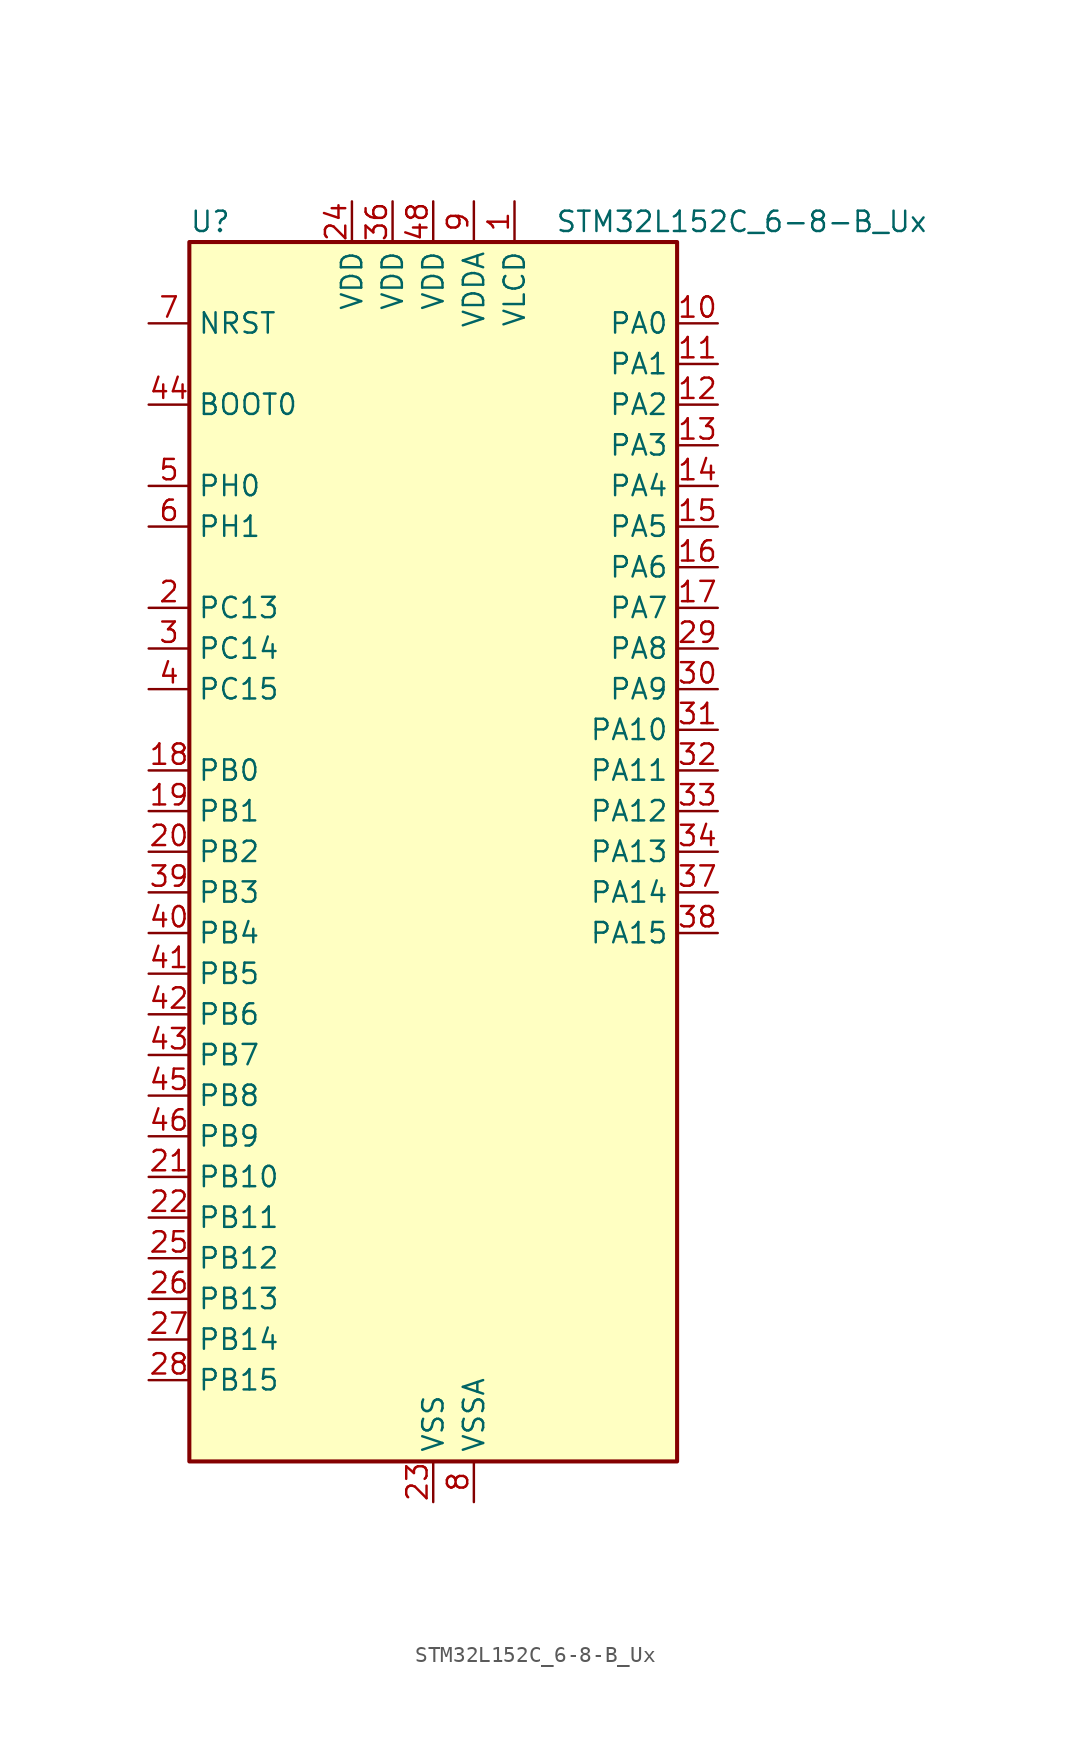
<source format=kicad_sym>
(kicad_symbol_lib
  (version 20241209)
  (generator "kicad_symbol_editor")
  (generator_version "9.0")
  (symbol "STM32L152C_6-8-B_Ux"
    (property "Reference" "U"
      (at -15.24 39.37 0)
      (effects (font (size 1.27 1.27)) (justify left)))
    (property "Value" "STM32L152C_6-8-B_Ux"
      (at 7.62 39.37 0)
      (effects (font (size 1.27 1.27)) (justify left)))
    (symbol "STM32L152C_6-8-B_Ux_0_1"
      (rectangle (start -15.24 -38.1) (end 15.24 38.1) (stroke (width 0.254) (type default)) (fill (type background))))
    (symbol "STM32L152C_6-8-B_Ux_1_1"
      (pin input line (at -17.78 33.02 0) (length 2.54) (name "NRST" (effects (font (size 1.27 1.27)))) (number "7" (effects (font (size 1.27 1.27)))))
      (pin input line (at -17.78 27.94 0) (length 2.54) (name "BOOT0" (effects (font (size 1.27 1.27)))) (number "44" (effects (font (size 1.27 1.27)))))
      (pin bidirectional line (at -17.78 22.86 0) (length 2.54) (name "PH0" (effects (font (size 1.27 1.27)))) (number "5" (effects (font (size 1.27 1.27)))) (alternate "RCC_OSC_IN" bidirectional line))
      (pin bidirectional line (at -17.78 20.32 0) (length 2.54) (name "PH1" (effects (font (size 1.27 1.27)))) (number "6" (effects (font (size 1.27 1.27)))) (alternate "RCC_OSC_OUT" bidirectional line))
      (pin bidirectional line (at -17.78 15.24 0) (length 2.54) (name "PC13" (effects (font (size 1.27 1.27)))) (number "2" (effects (font (size 1.27 1.27)))) (alternate "RTC_OUT_ALARM" bidirectional line) (alternate "RTC_OUT_CALIB" bidirectional line) (alternate "RTC_TAMP1" bidirectional line) (alternate "RTC_TS" bidirectional line) (alternate "SYS_WKUP2" bidirectional line) (alternate "TIMX_IC2" bidirectional line))
      (pin bidirectional line (at -17.78 12.7 0) (length 2.54) (name "PC14" (effects (font (size 1.27 1.27)))) (number "3" (effects (font (size 1.27 1.27)))) (alternate "RCC_OSC32_IN" bidirectional line) (alternate "TIMX_IC3" bidirectional line))
      (pin bidirectional line (at -17.78 10.16 0) (length 2.54) (name "PC15" (effects (font (size 1.27 1.27)))) (number "4" (effects (font (size 1.27 1.27)))) (alternate "ADC_EXTI15" bidirectional line) (alternate "RCC_OSC32_OUT" bidirectional line) (alternate "TIMX_IC4" bidirectional line))
      (pin bidirectional line (at -17.78 5.08 0) (length 2.54) (name "PB0" (effects (font (size 1.27 1.27)))) (number "18" (effects (font (size 1.27 1.27)))) (alternate "ADC_IN8" bidirectional line) (alternate "COMP1_INP" bidirectional line) (alternate "LCD_SEG5" bidirectional line) (alternate "SYS_V_REF_OUT" bidirectional line) (alternate "TIM3_CH3" bidirectional line) (alternate "TS_G3_IO1" bidirectional line))
      (pin bidirectional line (at -17.78 2.54 0) (length 2.54) (name "PB1" (effects (font (size 1.27 1.27)))) (number "19" (effects (font (size 1.27 1.27)))) (alternate "ADC_IN9" bidirectional line) (alternate "COMP1_INP" bidirectional line) (alternate "LCD_SEG6" bidirectional line) (alternate "SYS_V_REF_OUT" bidirectional line) (alternate "TIM3_CH4" bidirectional line) (alternate "TS_G3_IO2" bidirectional line))
      (pin bidirectional line (at -17.78 0 0) (length 2.54) (name "PB2" (effects (font (size 1.27 1.27)))) (number "20" (effects (font (size 1.27 1.27)))))
      (pin bidirectional line (at -17.78 -2.54 0) (length 2.54) (name "PB3" (effects (font (size 1.27 1.27)))) (number "39" (effects (font (size 1.27 1.27)))) (alternate "COMP2_INM" bidirectional line) (alternate "LCD_SEG7" bidirectional line) (alternate "SPI1_SCK" bidirectional line) (alternate "SYS_JTDO-TRACESWO" bidirectional line) (alternate "TIM2_CH2" bidirectional line))
      (pin bidirectional line (at -17.78 -5.08 0) (length 2.54) (name "PB4" (effects (font (size 1.27 1.27)))) (number "40" (effects (font (size 1.27 1.27)))) (alternate "COMP2_INP" bidirectional line) (alternate "LCD_SEG8" bidirectional line) (alternate "SPI1_MISO" bidirectional line) (alternate "SYS_JTRST" bidirectional line) (alternate "TIM3_CH1" bidirectional line) (alternate "TS_G6_IO1" bidirectional line))
      (pin bidirectional line (at -17.78 -7.62 0) (length 2.54) (name "PB5" (effects (font (size 1.27 1.27)))) (number "41" (effects (font (size 1.27 1.27)))) (alternate "COMP2_INP" bidirectional line) (alternate "I2C1_SMBA" bidirectional line) (alternate "LCD_SEG9" bidirectional line) (alternate "SPI1_MOSI" bidirectional line) (alternate "TIM3_CH2" bidirectional line) (alternate "TS_G6_IO2" bidirectional line))
      (pin bidirectional line (at -17.78 -10.16 0) (length 2.54) (name "PB6" (effects (font (size 1.27 1.27)))) (number "42" (effects (font (size 1.27 1.27)))) (alternate "I2C1_SCL" bidirectional line) (alternate "TIM4_CH1" bidirectional line) (alternate "USART1_TX" bidirectional line))
      (pin bidirectional line (at -17.78 -12.7 0) (length 2.54) (name "PB7" (effects (font (size 1.27 1.27)))) (number "43" (effects (font (size 1.27 1.27)))) (alternate "I2C1_SDA" bidirectional line) (alternate "SYS_PVD_IN" bidirectional line) (alternate "TIM4_CH2" bidirectional line) (alternate "USART1_RX" bidirectional line))
      (pin bidirectional line (at -17.78 -15.24 0) (length 2.54) (name "PB8" (effects (font (size 1.27 1.27)))) (number "45" (effects (font (size 1.27 1.27)))) (alternate "I2C1_SCL" bidirectional line) (alternate "LCD_SEG16" bidirectional line) (alternate "TIM10_CH1" bidirectional line) (alternate "TIM4_CH3" bidirectional line))
      (pin bidirectional line (at -17.78 -17.78 0) (length 2.54) (name "PB9" (effects (font (size 1.27 1.27)))) (number "46" (effects (font (size 1.27 1.27)))) (alternate "DAC_EXTI9" bidirectional line) (alternate "I2C1_SDA" bidirectional line) (alternate "LCD_COM3" bidirectional line) (alternate "TIM11_CH1" bidirectional line) (alternate "TIM4_CH4" bidirectional line))
      (pin bidirectional line (at -17.78 -20.32 0) (length 2.54) (name "PB10" (effects (font (size 1.27 1.27)))) (number "21" (effects (font (size 1.27 1.27)))) (alternate "I2C2_SCL" bidirectional line) (alternate "LCD_SEG10" bidirectional line) (alternate "TIM2_CH3" bidirectional line) (alternate "USART3_TX" bidirectional line))
      (pin bidirectional line (at -17.78 -22.86 0) (length 2.54) (name "PB11" (effects (font (size 1.27 1.27)))) (number "22" (effects (font (size 1.27 1.27)))) (alternate "ADC_EXTI11" bidirectional line) (alternate "I2C2_SDA" bidirectional line) (alternate "LCD_SEG11" bidirectional line) (alternate "TIM2_CH4" bidirectional line) (alternate "USART3_RX" bidirectional line))
      (pin bidirectional line (at -17.78 -25.4 0) (length 2.54) (name "PB12" (effects (font (size 1.27 1.27)))) (number "25" (effects (font (size 1.27 1.27)))) (alternate "ADC_IN18" bidirectional line) (alternate "COMP1_INP" bidirectional line) (alternate "I2C2_SMBA" bidirectional line) (alternate "LCD_SEG12" bidirectional line) (alternate "SPI2_NSS" bidirectional line) (alternate "TIM10_CH1" bidirectional line) (alternate "TS_G7_IO1" bidirectional line) (alternate "USART3_CK" bidirectional line))
      (pin bidirectional line (at -17.78 -27.94 0) (length 2.54) (name "PB13" (effects (font (size 1.27 1.27)))) (number "26" (effects (font (size 1.27 1.27)))) (alternate "ADC_IN19" bidirectional line) (alternate "COMP1_INP" bidirectional line) (alternate "LCD_SEG13" bidirectional line) (alternate "SPI2_SCK" bidirectional line) (alternate "TIM9_CH1" bidirectional line) (alternate "TS_G7_IO2" bidirectional line) (alternate "USART3_CTS" bidirectional line))
      (pin bidirectional line (at -17.78 -30.48 0) (length 2.54) (name "PB14" (effects (font (size 1.27 1.27)))) (number "27" (effects (font (size 1.27 1.27)))) (alternate "ADC_IN20" bidirectional line) (alternate "COMP1_INP" bidirectional line) (alternate "LCD_SEG14" bidirectional line) (alternate "SPI2_MISO" bidirectional line) (alternate "TIM9_CH2" bidirectional line) (alternate "TS_G7_IO3" bidirectional line) (alternate "USART3_RTS" bidirectional line))
      (pin bidirectional line (at -17.78 -33.02 0) (length 2.54) (name "PB15" (effects (font (size 1.27 1.27)))) (number "28" (effects (font (size 1.27 1.27)))) (alternate "ADC_EXTI15" bidirectional line) (alternate "ADC_IN21" bidirectional line) (alternate "COMP1_INP" bidirectional line) (alternate "LCD_SEG15" bidirectional line) (alternate "RTC_REFIN" bidirectional line) (alternate "SPI2_MOSI" bidirectional line) (alternate "TIM11_CH1" bidirectional line) (alternate "TS_G7_IO4" bidirectional line))
      (pin power_in line (at -5.08 40.64 270) (length 2.54) (name "VDD" (effects (font (size 1.27 1.27)))) (number "24" (effects (font (size 1.27 1.27)))))
      (pin power_in line (at -2.54 40.64 270) (length 2.54) (name "VDD" (effects (font (size 1.27 1.27)))) (number "36" (effects (font (size 1.27 1.27)))))
      (pin power_in line (at 0 40.64 270) (length 2.54) (name "VDD" (effects (font (size 1.27 1.27)))) (number "48" (effects (font (size 1.27 1.27)))))
      (pin power_in line (at 0 -40.64 90) (length 2.54) (name "VSS" (effects (font (size 1.27 1.27)))) (number "23" (effects (font (size 1.27 1.27)))))
      (pin passive line (at 0 -40.64 90) (length 2.54) (hide yes) (name "VSS" (effects (font (size 1.27 1.27)))) (number "35" (effects (font (size 1.27 1.27)))))
      (pin passive line (at 0 -40.64 90) (length 2.54) (hide yes) (name "VSS" (effects (font (size 1.27 1.27)))) (number "47" (effects (font (size 1.27 1.27)))))
      (pin passive line (at 0 -40.64 90) (length 2.54) (hide yes) (name "VSS" (effects (font (size 1.27 1.27)))) (number "49" (effects (font (size 1.27 1.27)))))
      (pin power_in line (at 2.54 40.64 270) (length 2.54) (name "VDDA" (effects (font (size 1.27 1.27)))) (number "9" (effects (font (size 1.27 1.27)))))
      (pin power_in line (at 2.54 -40.64 90) (length 2.54) (name "VSSA" (effects (font (size 1.27 1.27)))) (number "8" (effects (font (size 1.27 1.27)))))
      (pin power_in line (at 5.08 40.64 270) (length 2.54) (name "VLCD" (effects (font (size 1.27 1.27)))) (number "1" (effects (font (size 1.27 1.27)))))
      (pin bidirectional line (at 17.78 33.02 180) (length 2.54) (name "PA0" (effects (font (size 1.27 1.27)))) (number "10" (effects (font (size 1.27 1.27)))) (alternate "ADC_IN0" bidirectional line) (alternate "COMP1_INP" bidirectional line) (alternate "SYS_WKUP1" bidirectional line) (alternate "TIM2_CH1" bidirectional line) (alternate "TIM2_ETR" bidirectional line) (alternate "TIMX_IC1" bidirectional line) (alternate "TS_G1_IO1" bidirectional line) (alternate "USART2_CTS" bidirectional line))
      (pin bidirectional line (at 17.78 30.48 180) (length 2.54) (name "PA1" (effects (font (size 1.27 1.27)))) (number "11" (effects (font (size 1.27 1.27)))) (alternate "ADC_IN1" bidirectional line) (alternate "COMP1_INP" bidirectional line) (alternate "LCD_SEG0" bidirectional line) (alternate "TIM2_CH2" bidirectional line) (alternate "TIMX_IC2" bidirectional line) (alternate "TS_G1_IO2" bidirectional line) (alternate "USART2_RTS" bidirectional line))
      (pin bidirectional line (at 17.78 27.94 180) (length 2.54) (name "PA2" (effects (font (size 1.27 1.27)))) (number "12" (effects (font (size 1.27 1.27)))) (alternate "ADC_IN2" bidirectional line) (alternate "COMP1_INP" bidirectional line) (alternate "LCD_SEG1" bidirectional line) (alternate "TIM2_CH3" bidirectional line) (alternate "TIM9_CH1" bidirectional line) (alternate "TIMX_IC3" bidirectional line) (alternate "TS_G1_IO3" bidirectional line) (alternate "USART2_TX" bidirectional line))
      (pin bidirectional line (at 17.78 25.4 180) (length 2.54) (name "PA3" (effects (font (size 1.27 1.27)))) (number "13" (effects (font (size 1.27 1.27)))) (alternate "ADC_IN3" bidirectional line) (alternate "COMP1_INP" bidirectional line) (alternate "LCD_SEG2" bidirectional line) (alternate "TIM2_CH4" bidirectional line) (alternate "TIM9_CH2" bidirectional line) (alternate "TIMX_IC4" bidirectional line) (alternate "TS_G1_IO4" bidirectional line) (alternate "USART2_RX" bidirectional line))
      (pin bidirectional line (at 17.78 22.86 180) (length 2.54) (name "PA4" (effects (font (size 1.27 1.27)))) (number "14" (effects (font (size 1.27 1.27)))) (alternate "ADC_IN4" bidirectional line) (alternate "COMP1_INP" bidirectional line) (alternate "DAC_OUT1" bidirectional line) (alternate "SPI1_NSS" bidirectional line) (alternate "TIMX_IC1" bidirectional line) (alternate "USART2_CK" bidirectional line))
      (pin bidirectional line (at 17.78 20.32 180) (length 2.54) (name "PA5" (effects (font (size 1.27 1.27)))) (number "15" (effects (font (size 1.27 1.27)))) (alternate "ADC_IN5" bidirectional line) (alternate "COMP1_INP" bidirectional line) (alternate "DAC_OUT2" bidirectional line) (alternate "SPI1_SCK" bidirectional line) (alternate "TIM2_CH1" bidirectional line) (alternate "TIM2_ETR" bidirectional line) (alternate "TIMX_IC2" bidirectional line))
      (pin bidirectional line (at 17.78 17.78 180) (length 2.54) (name "PA6" (effects (font (size 1.27 1.27)))) (number "16" (effects (font (size 1.27 1.27)))) (alternate "ADC_IN6" bidirectional line) (alternate "COMP1_INP" bidirectional line) (alternate "LCD_SEG3" bidirectional line) (alternate "SPI1_MISO" bidirectional line) (alternate "TIM10_CH1" bidirectional line) (alternate "TIM3_CH1" bidirectional line) (alternate "TIMX_IC3" bidirectional line) (alternate "TS_G2_IO1" bidirectional line))
      (pin bidirectional line (at 17.78 15.24 180) (length 2.54) (name "PA7" (effects (font (size 1.27 1.27)))) (number "17" (effects (font (size 1.27 1.27)))) (alternate "ADC_IN7" bidirectional line) (alternate "COMP1_INP" bidirectional line) (alternate "LCD_SEG4" bidirectional line) (alternate "SPI1_MOSI" bidirectional line) (alternate "TIM11_CH1" bidirectional line) (alternate "TIM3_CH2" bidirectional line) (alternate "TIMX_IC4" bidirectional line) (alternate "TS_G2_IO2" bidirectional line))
      (pin bidirectional line (at 17.78 12.7 180) (length 2.54) (name "PA8" (effects (font (size 1.27 1.27)))) (number "29" (effects (font (size 1.27 1.27)))) (alternate "LCD_COM0" bidirectional line) (alternate "RCC_MCO" bidirectional line) (alternate "TIMX_IC1" bidirectional line) (alternate "TS_G4_IO1" bidirectional line) (alternate "USART1_CK" bidirectional line))
      (pin bidirectional line (at 17.78 10.16 180) (length 2.54) (name "PA9" (effects (font (size 1.27 1.27)))) (number "30" (effects (font (size 1.27 1.27)))) (alternate "DAC_EXTI9" bidirectional line) (alternate "LCD_COM1" bidirectional line) (alternate "TIMX_IC2" bidirectional line) (alternate "TS_G4_IO2" bidirectional line) (alternate "USART1_TX" bidirectional line))
      (pin bidirectional line (at 17.78 7.62 180) (length 2.54) (name "PA10" (effects (font (size 1.27 1.27)))) (number "31" (effects (font (size 1.27 1.27)))) (alternate "LCD_COM2" bidirectional line) (alternate "TIMX_IC3" bidirectional line) (alternate "TS_G4_IO3" bidirectional line) (alternate "USART1_RX" bidirectional line))
      (pin bidirectional line (at 17.78 5.08 180) (length 2.54) (name "PA11" (effects (font (size 1.27 1.27)))) (number "32" (effects (font (size 1.27 1.27)))) (alternate "ADC_EXTI11" bidirectional line) (alternate "SPI1_MISO" bidirectional line) (alternate "TIMX_IC4" bidirectional line) (alternate "USART1_CTS" bidirectional line) (alternate "USB_DM" bidirectional line))
      (pin bidirectional line (at 17.78 2.54 180) (length 2.54) (name "PA12" (effects (font (size 1.27 1.27)))) (number "33" (effects (font (size 1.27 1.27)))) (alternate "SPI1_MOSI" bidirectional line) (alternate "TIMX_IC1" bidirectional line) (alternate "USART1_RTS" bidirectional line) (alternate "USB_DP" bidirectional line))
      (pin bidirectional line (at 17.78 0 180) (length 2.54) (name "PA13" (effects (font (size 1.27 1.27)))) (number "34" (effects (font (size 1.27 1.27)))) (alternate "SYS_JTMS-SWDIO" bidirectional line) (alternate "TIMX_IC2" bidirectional line) (alternate "TS_G5_IO1" bidirectional line))
      (pin bidirectional line (at 17.78 -2.54 180) (length 2.54) (name "PA14" (effects (font (size 1.27 1.27)))) (number "37" (effects (font (size 1.27 1.27)))) (alternate "SYS_JTCK-SWCLK" bidirectional line) (alternate "TIMX_IC3" bidirectional line) (alternate "TS_G5_IO2" bidirectional line))
      (pin bidirectional line (at 17.78 -5.08 180) (length 2.54) (name "PA15" (effects (font (size 1.27 1.27)))) (number "38" (effects (font (size 1.27 1.27)))) (alternate "ADC_EXTI15" bidirectional line) (alternate "LCD_SEG17" bidirectional line) (alternate "SPI1_NSS" bidirectional line) (alternate "SYS_JTDI" bidirectional line) (alternate "TIM2_CH1" bidirectional line) (alternate "TIM2_ETR" bidirectional line) (alternate "TIMX_IC4" bidirectional line) (alternate "TS_G5_IO3" bidirectional line)))))
</source>
